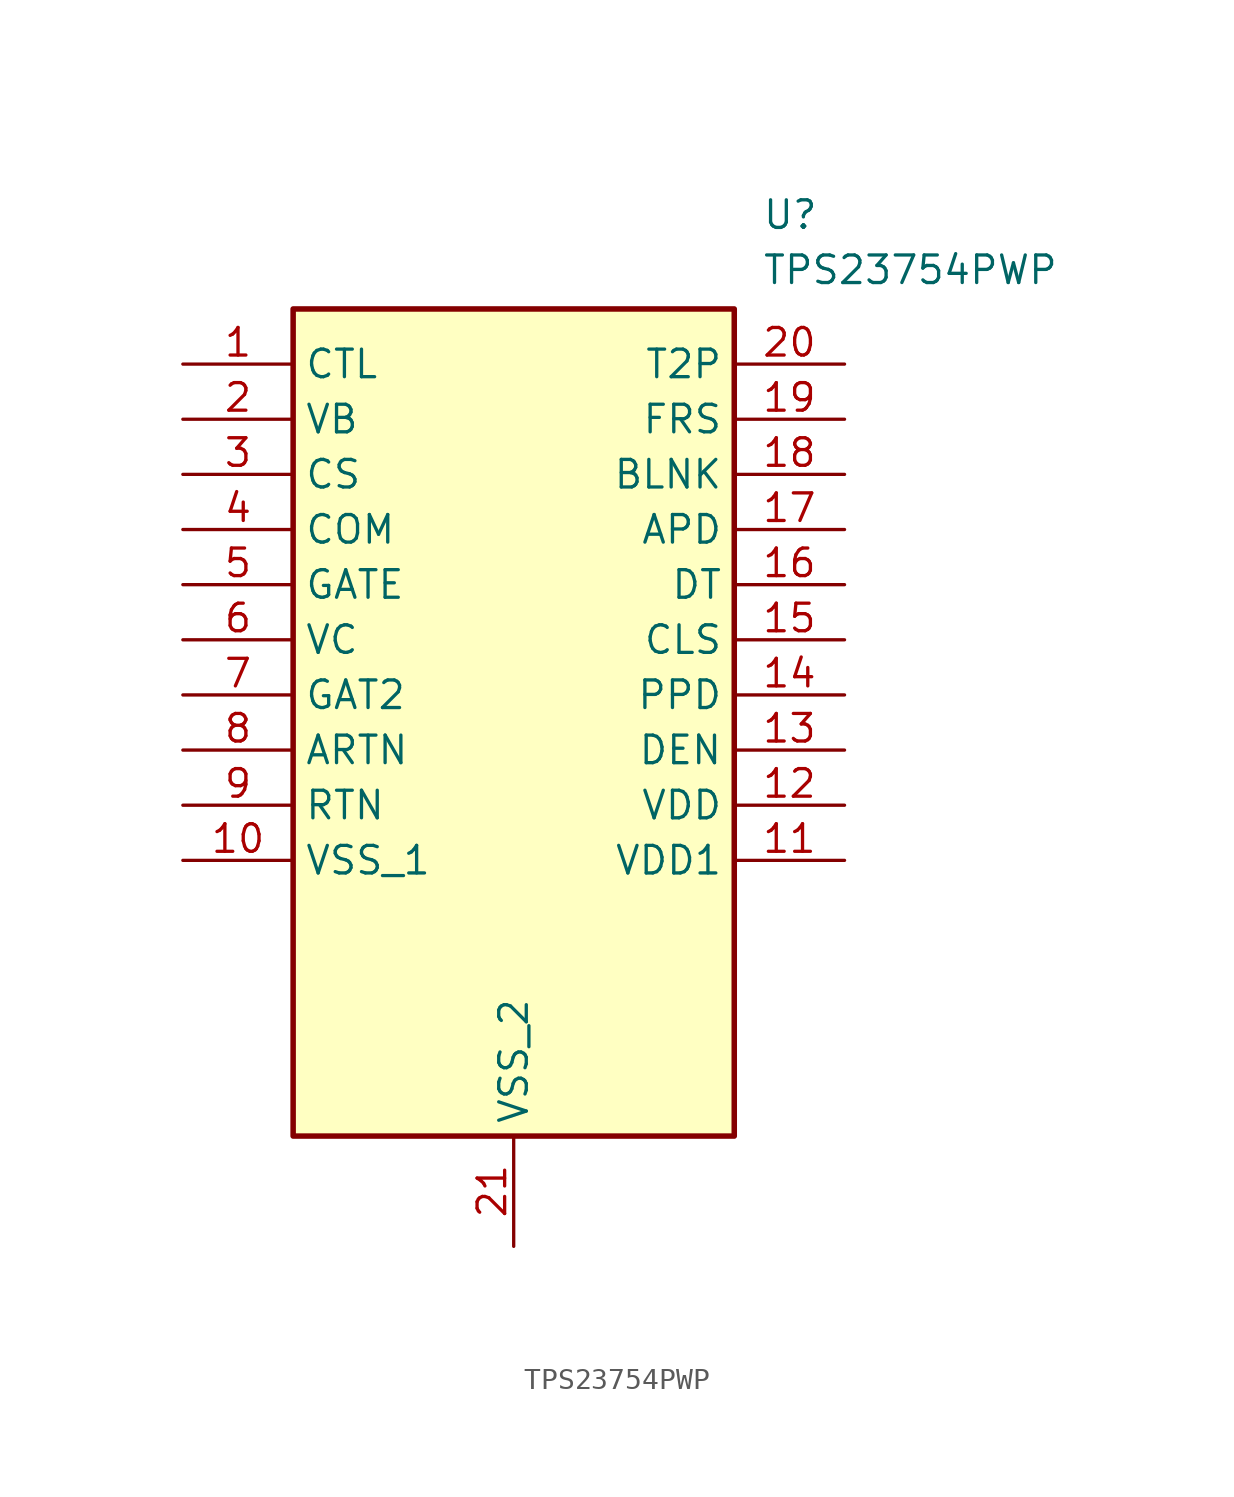
<source format=kicad_sym>
(kicad_symbol_lib
  (version 20220914)
  (generator kicad_symbol_editor)
  (symbol "TPS23754PWP"
    (property "Reference" "U"
      (at 26.67 7.62 0)
      (effects (font (size 1.27 1.27)) (justify left top)))
    (property "Value" "TPS23754PWP"
      (at 26.67 5.08 0)
      (effects (font (size 1.27 1.27)) (justify left top)))
    (symbol "TPS23754PWP_1_1"
      (rectangle (start 5.08 2.54) (end 25.4 -35.56) (stroke (width 0.254) (type default)) (fill (type background)))
      (pin passive line (at 0 0 0) (length 5.08) (name "CTL" (effects (font (size 1.27 1.27)))) (number "1" (effects (font (size 1.27 1.27)))))
      (pin passive line (at 0 -22.86 0) (length 5.08) (name "VSS_1" (effects (font (size 1.27 1.27)))) (number "10" (effects (font (size 1.27 1.27)))))
      (pin passive line (at 30.48 -22.86 180) (length 5.08) (name "VDD1" (effects (font (size 1.27 1.27)))) (number "11" (effects (font (size 1.27 1.27)))))
      (pin passive line (at 30.48 -20.32 180) (length 5.08) (name "VDD" (effects (font (size 1.27 1.27)))) (number "12" (effects (font (size 1.27 1.27)))))
      (pin passive line (at 30.48 -17.78 180) (length 5.08) (name "DEN" (effects (font (size 1.27 1.27)))) (number "13" (effects (font (size 1.27 1.27)))))
      (pin passive line (at 30.48 -15.24 180) (length 5.08) (name "PPD" (effects (font (size 1.27 1.27)))) (number "14" (effects (font (size 1.27 1.27)))))
      (pin passive line (at 30.48 -12.7 180) (length 5.08) (name "CLS" (effects (font (size 1.27 1.27)))) (number "15" (effects (font (size 1.27 1.27)))))
      (pin passive line (at 30.48 -10.16 180) (length 5.08) (name "DT" (effects (font (size 1.27 1.27)))) (number "16" (effects (font (size 1.27 1.27)))))
      (pin passive line (at 30.48 -7.62 180) (length 5.08) (name "APD" (effects (font (size 1.27 1.27)))) (number "17" (effects (font (size 1.27 1.27)))))
      (pin passive line (at 30.48 -5.08 180) (length 5.08) (name "BLNK" (effects (font (size 1.27 1.27)))) (number "18" (effects (font (size 1.27 1.27)))))
      (pin passive line (at 30.48 -2.54 180) (length 5.08) (name "FRS" (effects (font (size 1.27 1.27)))) (number "19" (effects (font (size 1.27 1.27)))))
      (pin passive line (at 0 -2.54 0) (length 5.08) (name "VB" (effects (font (size 1.27 1.27)))) (number "2" (effects (font (size 1.27 1.27)))))
      (pin passive line (at 30.48 0 180) (length 5.08) (name "T2P" (effects (font (size 1.27 1.27)))) (number "20" (effects (font (size 1.27 1.27)))))
      (pin passive line (at 15.24 -40.64 90) (length 5.08) (name "VSS_2" (effects (font (size 1.27 1.27)))) (number "21" (effects (font (size 1.27 1.27)))))
      (pin passive line (at 0 -5.08 0) (length 5.08) (name "CS" (effects (font (size 1.27 1.27)))) (number "3" (effects (font (size 1.27 1.27)))))
      (pin passive line (at 0 -7.62 0) (length 5.08) (name "COM" (effects (font (size 1.27 1.27)))) (number "4" (effects (font (size 1.27 1.27)))))
      (pin passive line (at 0 -10.16 0) (length 5.08) (name "GATE" (effects (font (size 1.27 1.27)))) (number "5" (effects (font (size 1.27 1.27)))))
      (pin passive line (at 0 -12.7 0) (length 5.08) (name "VC" (effects (font (size 1.27 1.27)))) (number "6" (effects (font (size 1.27 1.27)))))
      (pin passive line (at 0 -15.24 0) (length 5.08) (name "GAT2" (effects (font (size 1.27 1.27)))) (number "7" (effects (font (size 1.27 1.27)))))
      (pin passive line (at 0 -17.78 0) (length 5.08) (name "ARTN" (effects (font (size 1.27 1.27)))) (number "8" (effects (font (size 1.27 1.27)))))
      (pin passive line (at 0 -20.32 0) (length 5.08) (name "RTN" (effects (font (size 1.27 1.27)))) (number "9" (effects (font (size 1.27 1.27))))))))
</source>
